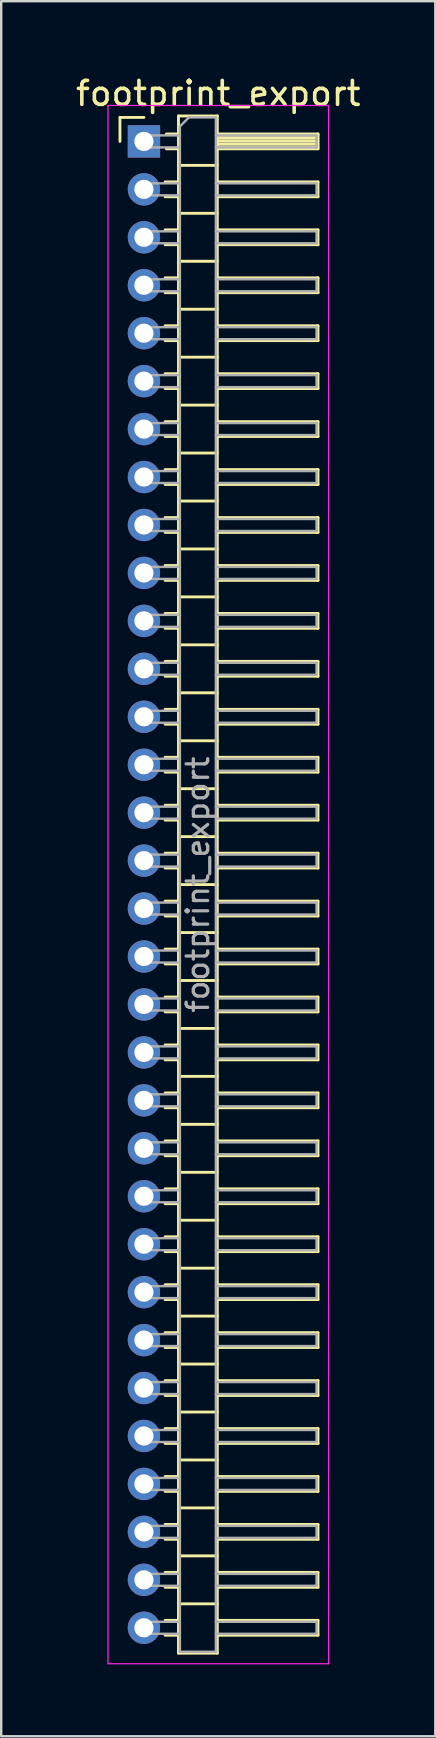
<source format=kicad_pcb>
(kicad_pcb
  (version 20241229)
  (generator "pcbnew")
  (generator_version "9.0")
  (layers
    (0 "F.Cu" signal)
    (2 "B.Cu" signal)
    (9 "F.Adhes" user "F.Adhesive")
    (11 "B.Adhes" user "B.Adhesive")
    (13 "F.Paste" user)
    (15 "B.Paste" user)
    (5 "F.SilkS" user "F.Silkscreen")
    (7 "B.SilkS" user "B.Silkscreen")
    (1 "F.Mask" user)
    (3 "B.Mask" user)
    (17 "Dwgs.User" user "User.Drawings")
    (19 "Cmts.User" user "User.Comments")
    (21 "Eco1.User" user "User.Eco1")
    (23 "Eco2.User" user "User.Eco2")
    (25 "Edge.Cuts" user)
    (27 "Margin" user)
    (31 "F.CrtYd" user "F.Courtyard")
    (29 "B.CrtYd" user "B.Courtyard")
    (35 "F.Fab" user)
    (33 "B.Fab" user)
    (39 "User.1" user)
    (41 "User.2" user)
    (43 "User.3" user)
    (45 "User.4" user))
  (footprint "footprint_export"
    (layer "F.Cu")
    (at 2.954 2.848)
    (property "Reference" "footprint_export" (at 3.1 -2 0) (layer "F.SilkS") (effects (font (size 1 1) (thickness 0.15))))
    (attr through_hole)
    (fp_line (start -1 -1) (end 0 -1) (stroke (width 0.12) (type solid)) (layer "F.SilkS"))
    (fp_line (start -1 0) (end -1 -1) (stroke (width 0.12) (type solid)) (layer "F.SilkS"))
    (fp_line (start 0.882 1.69) (end 1.44 1.69) (stroke (width 0.12) (type solid)) (layer "F.SilkS"))
    (fp_line (start 0.882 2.31) (end 1.44 2.31) (stroke (width 0.12) (type solid)) (layer "F.SilkS"))
    (fp_line (start 0.882 3.69) (end 1.44 3.69) (stroke (width 0.12) (type solid)) (layer "F.SilkS"))
    (fp_line (start 0.882 4.31) (end 1.44 4.31) (stroke (width 0.12) (type solid)) (layer "F.SilkS"))
    (fp_line (start 0.882 5.69) (end 1.44 5.69) (stroke (width 0.12) (type solid)) (layer "F.SilkS"))
    (fp_line (start 0.882 6.31) (end 1.44 6.31) (stroke (width 0.12) (type solid)) (layer "F.SilkS"))
    (fp_line (start 0.882 7.69) (end 1.44 7.69) (stroke (width 0.12) (type solid)) (layer "F.SilkS"))
    (fp_line (start 0.882 8.31) (end 1.44 8.31) (stroke (width 0.12) (type solid)) (layer "F.SilkS"))
    (fp_line (start 0.882 9.69) (end 1.44 9.69) (stroke (width 0.12) (type solid)) (layer "F.SilkS"))
    (fp_line (start 0.882 10.31) (end 1.44 10.31) (stroke (width 0.12) (type solid)) (layer "F.SilkS"))
    (fp_line (start 0.882 11.69) (end 1.44 11.69) (stroke (width 0.12) (type solid)) (layer "F.SilkS"))
    (fp_line (start 0.882 12.31) (end 1.44 12.31) (stroke (width 0.12) (type solid)) (layer "F.SilkS"))
    (fp_line (start 0.882 13.69) (end 1.44 13.69) (stroke (width 0.12) (type solid)) (layer "F.SilkS"))
    (fp_line (start 0.882 14.31) (end 1.44 14.31) (stroke (width 0.12) (type solid)) (layer "F.SilkS"))
    (fp_line (start 0.882 15.69) (end 1.44 15.69) (stroke (width 0.12) (type solid)) (layer "F.SilkS"))
    (fp_line (start 0.882 16.31) (end 1.44 16.31) (stroke (width 0.12) (type solid)) (layer "F.SilkS"))
    (fp_line (start 0.882 17.69) (end 1.44 17.69) (stroke (width 0.12) (type solid)) (layer "F.SilkS"))
    (fp_line (start 0.882 18.31) (end 1.44 18.31) (stroke (width 0.12) (type solid)) (layer "F.SilkS"))
    (fp_line (start 0.882 19.69) (end 1.44 19.69) (stroke (width 0.12) (type solid)) (layer "F.SilkS"))
    (fp_line (start 0.882 20.31) (end 1.44 20.31) (stroke (width 0.12) (type solid)) (layer "F.SilkS"))
    (fp_line (start 0.882 21.69) (end 1.44 21.69) (stroke (width 0.12) (type solid)) (layer "F.SilkS"))
    (fp_line (start 0.882 22.31) (end 1.44 22.31) (stroke (width 0.12) (type solid)) (layer "F.SilkS"))
    (fp_line (start 0.882 23.69) (end 1.44 23.69) (stroke (width 0.12) (type solid)) (layer "F.SilkS"))
    (fp_line (start 0.882 24.31) (end 1.44 24.31) (stroke (width 0.12) (type solid)) (layer "F.SilkS"))
    (fp_line (start 0.882 25.69) (end 1.44 25.69) (stroke (width 0.12) (type solid)) (layer "F.SilkS"))
    (fp_line (start 0.882 26.31) (end 1.44 26.31) (stroke (width 0.12) (type solid)) (layer "F.SilkS"))
    (fp_line (start 0.882 27.69) (end 1.44 27.69) (stroke (width 0.12) (type solid)) (layer "F.SilkS"))
    (fp_line (start 0.882 28.31) (end 1.44 28.31) (stroke (width 0.12) (type solid)) (layer "F.SilkS"))
    (fp_line (start 0.882 29.69) (end 1.44 29.69) (stroke (width 0.12) (type solid)) (layer "F.SilkS"))
    (fp_line (start 0.882 30.31) (end 1.44 30.31) (stroke (width 0.12) (type solid)) (layer "F.SilkS"))
    (fp_line (start 0.882 31.69) (end 1.44 31.69) (stroke (width 0.12) (type solid)) (layer "F.SilkS"))
    (fp_line (start 0.882 32.31) (end 1.44 32.31) (stroke (width 0.12) (type solid)) (layer "F.SilkS"))
    (fp_line (start 0.882 33.69) (end 1.44 33.69) (stroke (width 0.12) (type solid)) (layer "F.SilkS"))
    (fp_line (start 0.882 34.31) (end 1.44 34.31) (stroke (width 0.12) (type solid)) (layer "F.SilkS"))
    (fp_line (start 0.882 35.69) (end 1.44 35.69) (stroke (width 0.12) (type solid)) (layer "F.SilkS"))
    (fp_line (start 0.882 36.31) (end 1.44 36.31) (stroke (width 0.12) (type solid)) (layer "F.SilkS"))
    (fp_line (start 0.882 37.69) (end 1.44 37.69) (stroke (width 0.12) (type solid)) (layer "F.SilkS"))
    (fp_line (start 0.882 38.31) (end 1.44 38.31) (stroke (width 0.12) (type solid)) (layer "F.SilkS"))
    (fp_line (start 0.882 39.69) (end 1.44 39.69) (stroke (width 0.12) (type solid)) (layer "F.SilkS"))
    (fp_line (start 0.882 40.31) (end 1.44 40.31) (stroke (width 0.12) (type solid)) (layer "F.SilkS"))
    (fp_line (start 0.882 41.69) (end 1.44 41.69) (stroke (width 0.12) (type solid)) (layer "F.SilkS"))
    (fp_line (start 0.882 42.31) (end 1.44 42.31) (stroke (width 0.12) (type solid)) (layer "F.SilkS"))
    (fp_line (start 0.882 43.69) (end 1.44 43.69) (stroke (width 0.12) (type solid)) (layer "F.SilkS"))
    (fp_line (start 0.882 44.31) (end 1.44 44.31) (stroke (width 0.12) (type solid)) (layer "F.SilkS"))
    (fp_line (start 0.882 45.69) (end 1.44 45.69) (stroke (width 0.12) (type solid)) (layer "F.SilkS"))
    (fp_line (start 0.882 46.31) (end 1.44 46.31) (stroke (width 0.12) (type solid)) (layer "F.SilkS"))
    (fp_line (start 0.882 47.69) (end 1.44 47.69) (stroke (width 0.12) (type solid)) (layer "F.SilkS"))
    (fp_line (start 0.882 48.31) (end 1.44 48.31) (stroke (width 0.12) (type solid)) (layer "F.SilkS"))
    (fp_line (start 0.882 49.69) (end 1.44 49.69) (stroke (width 0.12) (type solid)) (layer "F.SilkS"))
    (fp_line (start 0.882 50.31) (end 1.44 50.31) (stroke (width 0.12) (type solid)) (layer "F.SilkS"))
    (fp_line (start 0.882 51.69) (end 1.44 51.69) (stroke (width 0.12) (type solid)) (layer "F.SilkS"))
    (fp_line (start 0.882 52.31) (end 1.44 52.31) (stroke (width 0.12) (type solid)) (layer "F.SilkS"))
    (fp_line (start 0.882 53.69) (end 1.44 53.69) (stroke (width 0.12) (type solid)) (layer "F.SilkS"))
    (fp_line (start 0.882 54.31) (end 1.44 54.31) (stroke (width 0.12) (type solid)) (layer "F.SilkS"))
    (fp_line (start 0.882 55.69) (end 1.44 55.69) (stroke (width 0.12) (type solid)) (layer "F.SilkS"))
    (fp_line (start 0.882 56.31) (end 1.44 56.31) (stroke (width 0.12) (type solid)) (layer "F.SilkS"))
    (fp_line (start 0.882 57.69) (end 1.44 57.69) (stroke (width 0.12) (type solid)) (layer "F.SilkS"))
    (fp_line (start 0.882 58.31) (end 1.44 58.31) (stroke (width 0.12) (type solid)) (layer "F.SilkS"))
    (fp_line (start 0.882 59.69) (end 1.44 59.69) (stroke (width 0.12) (type solid)) (layer "F.SilkS"))
    (fp_line (start 0.882 60.31) (end 1.44 60.31) (stroke (width 0.12) (type solid)) (layer "F.SilkS"))
    (fp_line (start 0.882 61.69) (end 1.44 61.69) (stroke (width 0.12) (type solid)) (layer "F.SilkS"))
    (fp_line (start 0.882 62.31) (end 1.44 62.31) (stroke (width 0.12) (type solid)) (layer "F.SilkS"))
    (fp_line (start 0.935 -0.31) (end 1.44 -0.31) (stroke (width 0.12) (type solid)) (layer "F.SilkS"))
    (fp_line (start 0.935 0.31) (end 1.44 0.31) (stroke (width 0.12) (type solid)) (layer "F.SilkS"))
    (fp_line (start 1.44 -1.06) (end 1.44 63.06) (stroke (width 0.12) (type solid)) (layer "F.SilkS"))
    (fp_line (start 1.44 1) (end 3.06 1) (stroke (width 0.12) (type solid)) (layer "F.SilkS"))
    (fp_line (start 1.44 3) (end 3.06 3) (stroke (width 0.12) (type solid)) (layer "F.SilkS"))
    (fp_line (start 1.44 5) (end 3.06 5) (stroke (width 0.12) (type solid)) (layer "F.SilkS"))
    (fp_line (start 1.44 7) (end 3.06 7) (stroke (width 0.12) (type solid)) (layer "F.SilkS"))
    (fp_line (start 1.44 9) (end 3.06 9) (stroke (width 0.12) (type solid)) (layer "F.SilkS"))
    (fp_line (start 1.44 11) (end 3.06 11) (stroke (width 0.12) (type solid)) (layer "F.SilkS"))
    (fp_line (start 1.44 13) (end 3.06 13) (stroke (width 0.12) (type solid)) (layer "F.SilkS"))
    (fp_line (start 1.44 15) (end 3.06 15) (stroke (width 0.12) (type solid)) (layer "F.SilkS"))
    (fp_line (start 1.44 17) (end 3.06 17) (stroke (width 0.12) (type solid)) (layer "F.SilkS"))
    (fp_line (start 1.44 19) (end 3.06 19) (stroke (width 0.12) (type solid)) (layer "F.SilkS"))
    (fp_line (start 1.44 21) (end 3.06 21) (stroke (width 0.12) (type solid)) (layer "F.SilkS"))
    (fp_line (start 1.44 23) (end 3.06 23) (stroke (width 0.12) (type solid)) (layer "F.SilkS"))
    (fp_line (start 1.44 25) (end 3.06 25) (stroke (width 0.12) (type solid)) (layer "F.SilkS"))
    (fp_line (start 1.44 27) (end 3.06 27) (stroke (width 0.12) (type solid)) (layer "F.SilkS"))
    (fp_line (start 1.44 29) (end 3.06 29) (stroke (width 0.12) (type solid)) (layer "F.SilkS"))
    (fp_line (start 1.44 31) (end 3.06 31) (stroke (width 0.12) (type solid)) (layer "F.SilkS"))
    (fp_line (start 1.44 33) (end 3.06 33) (stroke (width 0.12) (type solid)) (layer "F.SilkS"))
    (fp_line (start 1.44 35) (end 3.06 35) (stroke (width 0.12) (type solid)) (layer "F.SilkS"))
    (fp_line (start 1.44 37) (end 3.06 37) (stroke (width 0.12) (type solid)) (layer "F.SilkS"))
    (fp_line (start 1.44 39) (end 3.06 39) (stroke (width 0.12) (type solid)) (layer "F.SilkS"))
    (fp_line (start 1.44 41) (end 3.06 41) (stroke (width 0.12) (type solid)) (layer "F.SilkS"))
    (fp_line (start 1.44 43) (end 3.06 43) (stroke (width 0.12) (type solid)) (layer "F.SilkS"))
    (fp_line (start 1.44 45) (end 3.06 45) (stroke (width 0.12) (type solid)) (layer "F.SilkS"))
    (fp_line (start 1.44 47) (end 3.06 47) (stroke (width 0.12) (type solid)) (layer "F.SilkS"))
    (fp_line (start 1.44 49) (end 3.06 49) (stroke (width 0.12) (type solid)) (layer "F.SilkS"))
    (fp_line (start 1.44 51) (end 3.06 51) (stroke (width 0.12) (type solid)) (layer "F.SilkS"))
    (fp_line (start 1.44 53) (end 3.06 53) (stroke (width 0.12) (type solid)) (layer "F.SilkS"))
    (fp_line (start 1.44 55) (end 3.06 55) (stroke (width 0.12) (type solid)) (layer "F.SilkS"))
    (fp_line (start 1.44 57) (end 3.06 57) (stroke (width 0.12) (type solid)) (layer "F.SilkS"))
    (fp_line (start 1.44 59) (end 3.06 59) (stroke (width 0.12) (type solid)) (layer "F.SilkS"))
    (fp_line (start 1.44 61) (end 3.06 61) (stroke (width 0.12) (type solid)) (layer "F.SilkS"))
    (fp_line (start 1.44 63.06) (end 3.06 63.06) (stroke (width 0.12) (type solid)) (layer "F.SilkS"))
    (fp_line (start 3.06 -1.06) (end 1.44 -1.06) (stroke (width 0.12) (type solid)) (layer "F.SilkS"))
    (fp_line (start 3.06 -0.31) (end 7.26 -0.31) (stroke (width 0.12) (type solid)) (layer "F.SilkS"))
    (fp_line (start 3.06 -0.25) (end 7.26 -0.25) (stroke (width 0.12) (type solid)) (layer "F.SilkS"))
    (fp_line (start 3.06 -0.13) (end 7.26 -0.13) (stroke (width 0.12) (type solid)) (layer "F.SilkS"))
    (fp_line (start 3.06 -0.01) (end 7.26 -0.01) (stroke (width 0.12) (type solid)) (layer "F.SilkS"))
    (fp_line (start 3.06 0.11) (end 7.26 0.11) (stroke (width 0.12) (type solid)) (layer "F.SilkS"))
    (fp_line (start 3.06 0.23) (end 7.26 0.23) (stroke (width 0.12) (type solid)) (layer "F.SilkS"))
    (fp_line (start 3.06 1.69) (end 7.26 1.69) (stroke (width 0.12) (type solid)) (layer "F.SilkS"))
    (fp_line (start 3.06 3.69) (end 7.26 3.69) (stroke (width 0.12) (type solid)) (layer "F.SilkS"))
    (fp_line (start 3.06 5.69) (end 7.26 5.69) (stroke (width 0.12) (type solid)) (layer "F.SilkS"))
    (fp_line (start 3.06 7.69) (end 7.26 7.69) (stroke (width 0.12) (type solid)) (layer "F.SilkS"))
    (fp_line (start 3.06 9.69) (end 7.26 9.69) (stroke (width 0.12) (type solid)) (layer "F.SilkS"))
    (fp_line (start 3.06 11.69) (end 7.26 11.69) (stroke (width 0.12) (type solid)) (layer "F.SilkS"))
    (fp_line (start 3.06 13.69) (end 7.26 13.69) (stroke (width 0.12) (type solid)) (layer "F.SilkS"))
    (fp_line (start 3.06 15.69) (end 7.26 15.69) (stroke (width 0.12) (type solid)) (layer "F.SilkS"))
    (fp_line (start 3.06 17.69) (end 7.26 17.69) (stroke (width 0.12) (type solid)) (layer "F.SilkS"))
    (fp_line (start 3.06 19.69) (end 7.26 19.69) (stroke (width 0.12) (type solid)) (layer "F.SilkS"))
    (fp_line (start 3.06 21.69) (end 7.26 21.69) (stroke (width 0.12) (type solid)) (layer "F.SilkS"))
    (fp_line (start 3.06 23.69) (end 7.26 23.69) (stroke (width 0.12) (type solid)) (layer "F.SilkS"))
    (fp_line (start 3.06 25.69) (end 7.26 25.69) (stroke (width 0.12) (type solid)) (layer "F.SilkS"))
    (fp_line (start 3.06 27.69) (end 7.26 27.69) (stroke (width 0.12) (type solid)) (layer "F.SilkS"))
    (fp_line (start 3.06 29.69) (end 7.26 29.69) (stroke (width 0.12) (type solid)) (layer "F.SilkS"))
    (fp_line (start 3.06 31.69) (end 7.26 31.69) (stroke (width 0.12) (type solid)) (layer "F.SilkS"))
    (fp_line (start 3.06 33.69) (end 7.26 33.69) (stroke (width 0.12) (type solid)) (layer "F.SilkS"))
    (fp_line (start 3.06 35.69) (end 7.26 35.69) (stroke (width 0.12) (type solid)) (layer "F.SilkS"))
    (fp_line (start 3.06 37.69) (end 7.26 37.69) (stroke (width 0.12) (type solid)) (layer "F.SilkS"))
    (fp_line (start 3.06 39.69) (end 7.26 39.69) (stroke (width 0.12) (type solid)) (layer "F.SilkS"))
    (fp_line (start 3.06 41.69) (end 7.26 41.69) (stroke (width 0.12) (type solid)) (layer "F.SilkS"))
    (fp_line (start 3.06 43.69) (end 7.26 43.69) (stroke (width 0.12) (type solid)) (layer "F.SilkS"))
    (fp_line (start 3.06 45.69) (end 7.26 45.69) (stroke (width 0.12) (type solid)) (layer "F.SilkS"))
    (fp_line (start 3.06 47.69) (end 7.26 47.69) (stroke (width 0.12) (type solid)) (layer "F.SilkS"))
    (fp_line (start 3.06 49.69) (end 7.26 49.69) (stroke (width 0.12) (type solid)) (layer "F.SilkS"))
    (fp_line (start 3.06 51.69) (end 7.26 51.69) (stroke (width 0.12) (type solid)) (layer "F.SilkS"))
    (fp_line (start 3.06 53.69) (end 7.26 53.69) (stroke (width 0.12) (type solid)) (layer "F.SilkS"))
    (fp_line (start 3.06 55.69) (end 7.26 55.69) (stroke (width 0.12) (type solid)) (layer "F.SilkS"))
    (fp_line (start 3.06 57.69) (end 7.26 57.69) (stroke (width 0.12) (type solid)) (layer "F.SilkS"))
    (fp_line (start 3.06 59.69) (end 7.26 59.69) (stroke (width 0.12) (type solid)) (layer "F.SilkS"))
    (fp_line (start 3.06 61.69) (end 7.26 61.69) (stroke (width 0.12) (type solid)) (layer "F.SilkS"))
    (fp_line (start 3.06 63.06) (end 3.06 -1.06) (stroke (width 0.12) (type solid)) (layer "F.SilkS"))
    (fp_line (start 7.26 -0.31) (end 7.26 0.31) (stroke (width 0.12) (type solid)) (layer "F.SilkS"))
    (fp_line (start 7.26 0.31) (end 3.06 0.31) (stroke (width 0.12) (type solid)) (layer "F.SilkS"))
    (fp_line (start 7.26 1.69) (end 7.26 2.31) (stroke (width 0.12) (type solid)) (layer "F.SilkS"))
    (fp_line (start 7.26 2.31) (end 3.06 2.31) (stroke (width 0.12) (type solid)) (layer "F.SilkS"))
    (fp_line (start 7.26 3.69) (end 7.26 4.31) (stroke (width 0.12) (type solid)) (layer "F.SilkS"))
    (fp_line (start 7.26 4.31) (end 3.06 4.31) (stroke (width 0.12) (type solid)) (layer "F.SilkS"))
    (fp_line (start 7.26 5.69) (end 7.26 6.31) (stroke (width 0.12) (type solid)) (layer "F.SilkS"))
    (fp_line (start 7.26 6.31) (end 3.06 6.31) (stroke (width 0.12) (type solid)) (layer "F.SilkS"))
    (fp_line (start 7.26 7.69) (end 7.26 8.31) (stroke (width 0.12) (type solid)) (layer "F.SilkS"))
    (fp_line (start 7.26 8.31) (end 3.06 8.31) (stroke (width 0.12) (type solid)) (layer "F.SilkS"))
    (fp_line (start 7.26 9.69) (end 7.26 10.31) (stroke (width 0.12) (type solid)) (layer "F.SilkS"))
    (fp_line (start 7.26 10.31) (end 3.06 10.31) (stroke (width 0.12) (type solid)) (layer "F.SilkS"))
    (fp_line (start 7.26 11.69) (end 7.26 12.31) (stroke (width 0.12) (type solid)) (layer "F.SilkS"))
    (fp_line (start 7.26 12.31) (end 3.06 12.31) (stroke (width 0.12) (type solid)) (layer "F.SilkS"))
    (fp_line (start 7.26 13.69) (end 7.26 14.31) (stroke (width 0.12) (type solid)) (layer "F.SilkS"))
    (fp_line (start 7.26 14.31) (end 3.06 14.31) (stroke (width 0.12) (type solid)) (layer "F.SilkS"))
    (fp_line (start 7.26 15.69) (end 7.26 16.31) (stroke (width 0.12) (type solid)) (layer "F.SilkS"))
    (fp_line (start 7.26 16.31) (end 3.06 16.31) (stroke (width 0.12) (type solid)) (layer "F.SilkS"))
    (fp_line (start 7.26 17.69) (end 7.26 18.31) (stroke (width 0.12) (type solid)) (layer "F.SilkS"))
    (fp_line (start 7.26 18.31) (end 3.06 18.31) (stroke (width 0.12) (type solid)) (layer "F.SilkS"))
    (fp_line (start 7.26 19.69) (end 7.26 20.31) (stroke (width 0.12) (type solid)) (layer "F.SilkS"))
    (fp_line (start 7.26 20.31) (end 3.06 20.31) (stroke (width 0.12) (type solid)) (layer "F.SilkS"))
    (fp_line (start 7.26 21.69) (end 7.26 22.31) (stroke (width 0.12) (type solid)) (layer "F.SilkS"))
    (fp_line (start 7.26 22.31) (end 3.06 22.31) (stroke (width 0.12) (type solid)) (layer "F.SilkS"))
    (fp_line (start 7.26 23.69) (end 7.26 24.31) (stroke (width 0.12) (type solid)) (layer "F.SilkS"))
    (fp_line (start 7.26 24.31) (end 3.06 24.31) (stroke (width 0.12) (type solid)) (layer "F.SilkS"))
    (fp_line (start 7.26 25.69) (end 7.26 26.31) (stroke (width 0.12) (type solid)) (layer "F.SilkS"))
    (fp_line (start 7.26 26.31) (end 3.06 26.31) (stroke (width 0.12) (type solid)) (layer "F.SilkS"))
    (fp_line (start 7.26 27.69) (end 7.26 28.31) (stroke (width 0.12) (type solid)) (layer "F.SilkS"))
    (fp_line (start 7.26 28.31) (end 3.06 28.31) (stroke (width 0.12) (type solid)) (layer "F.SilkS"))
    (fp_line (start 7.26 29.69) (end 7.26 30.31) (stroke (width 0.12) (type solid)) (layer "F.SilkS"))
    (fp_line (start 7.26 30.31) (end 3.06 30.31) (stroke (width 0.12) (type solid)) (layer "F.SilkS"))
    (fp_line (start 7.26 31.69) (end 7.26 32.31) (stroke (width 0.12) (type solid)) (layer "F.SilkS"))
    (fp_line (start 7.26 32.31) (end 3.06 32.31) (stroke (width 0.12) (type solid)) (layer "F.SilkS"))
    (fp_line (start 7.26 33.69) (end 7.26 34.31) (stroke (width 0.12) (type solid)) (layer "F.SilkS"))
    (fp_line (start 7.26 34.31) (end 3.06 34.31) (stroke (width 0.12) (type solid)) (layer "F.SilkS"))
    (fp_line (start 7.26 35.69) (end 7.26 36.31) (stroke (width 0.12) (type solid)) (layer "F.SilkS"))
    (fp_line (start 7.26 36.31) (end 3.06 36.31) (stroke (width 0.12) (type solid)) (layer "F.SilkS"))
    (fp_line (start 7.26 37.69) (end 7.26 38.31) (stroke (width 0.12) (type solid)) (layer "F.SilkS"))
    (fp_line (start 7.26 38.31) (end 3.06 38.31) (stroke (width 0.12) (type solid)) (layer "F.SilkS"))
    (fp_line (start 7.26 39.69) (end 7.26 40.31) (stroke (width 0.12) (type solid)) (layer "F.SilkS"))
    (fp_line (start 7.26 40.31) (end 3.06 40.31) (stroke (width 0.12) (type solid)) (layer "F.SilkS"))
    (fp_line (start 7.26 41.69) (end 7.26 42.31) (stroke (width 0.12) (type solid)) (layer "F.SilkS"))
    (fp_line (start 7.26 42.31) (end 3.06 42.31) (stroke (width 0.12) (type solid)) (layer "F.SilkS"))
    (fp_line (start 7.26 43.69) (end 7.26 44.31) (stroke (width 0.12) (type solid)) (layer "F.SilkS"))
    (fp_line (start 7.26 44.31) (end 3.06 44.31) (stroke (width 0.12) (type solid)) (layer "F.SilkS"))
    (fp_line (start 7.26 45.69) (end 7.26 46.31) (stroke (width 0.12) (type solid)) (layer "F.SilkS"))
    (fp_line (start 7.26 46.31) (end 3.06 46.31) (stroke (width 0.12) (type solid)) (layer "F.SilkS"))
    (fp_line (start 7.26 47.69) (end 7.26 48.31) (stroke (width 0.12) (type solid)) (layer "F.SilkS"))
    (fp_line (start 7.26 48.31) (end 3.06 48.31) (stroke (width 0.12) (type solid)) (layer "F.SilkS"))
    (fp_line (start 7.26 49.69) (end 7.26 50.31) (stroke (width 0.12) (type solid)) (layer "F.SilkS"))
    (fp_line (start 7.26 50.31) (end 3.06 50.31) (stroke (width 0.12) (type solid)) (layer "F.SilkS"))
    (fp_line (start 7.26 51.69) (end 7.26 52.31) (stroke (width 0.12) (type solid)) (layer "F.SilkS"))
    (fp_line (start 7.26 52.31) (end 3.06 52.31) (stroke (width 0.12) (type solid)) (layer "F.SilkS"))
    (fp_line (start 7.26 53.69) (end 7.26 54.31) (stroke (width 0.12) (type solid)) (layer "F.SilkS"))
    (fp_line (start 7.26 54.31) (end 3.06 54.31) (stroke (width 0.12) (type solid)) (layer "F.SilkS"))
    (fp_line (start 7.26 55.69) (end 7.26 56.31) (stroke (width 0.12) (type solid)) (layer "F.SilkS"))
    (fp_line (start 7.26 56.31) (end 3.06 56.31) (stroke (width 0.12) (type solid)) (layer "F.SilkS"))
    (fp_line (start 7.26 57.69) (end 7.26 58.31) (stroke (width 0.12) (type solid)) (layer "F.SilkS"))
    (fp_line (start 7.26 58.31) (end 3.06 58.31) (stroke (width 0.12) (type solid)) (layer "F.SilkS"))
    (fp_line (start 7.26 59.69) (end 7.26 60.31) (stroke (width 0.12) (type solid)) (layer "F.SilkS"))
    (fp_line (start 7.26 60.31) (end 3.06 60.31) (stroke (width 0.12) (type solid)) (layer "F.SilkS"))
    (fp_line (start 7.26 61.69) (end 7.26 62.31) (stroke (width 0.12) (type solid)) (layer "F.SilkS"))
    (fp_line (start 7.26 62.31) (end 3.06 62.31) (stroke (width 0.12) (type solid)) (layer "F.SilkS"))
    (fp_line (start -1.5 -1.5) (end -1.5 63.5) (stroke (width 0.05) (type solid)) (layer "F.CrtYd"))
    (fp_line (start -1.5 63.5) (end 7.7 63.5) (stroke (width 0.05) (type solid)) (layer "F.CrtYd"))
    (fp_line (start 7.7 -1.5) (end -1.5 -1.5) (stroke (width 0.05) (type solid)) (layer "F.CrtYd"))
    (fp_line (start 7.7 63.5) (end 7.7 -1.5) (stroke (width 0.05) (type solid)) (layer "F.CrtYd"))
    (fp_line (start -0.25 -0.25) (end -0.25 0.25) (stroke (width 0.1) (type solid)) (layer "F.Fab"))
    (fp_line (start -0.25 -0.25) (end 1.5 -0.25) (stroke (width 0.1) (type solid)) (layer "F.Fab"))
    (fp_line (start -0.25 0.25) (end 1.5 0.25) (stroke (width 0.1) (type solid)) (layer "F.Fab"))
    (fp_line (start -0.25 1.75) (end -0.25 2.25) (stroke (width 0.1) (type solid)) (layer "F.Fab"))
    (fp_line (start -0.25 1.75) (end 1.5 1.75) (stroke (width 0.1) (type solid)) (layer "F.Fab"))
    (fp_line (start -0.25 2.25) (end 1.5 2.25) (stroke (width 0.1) (type solid)) (layer "F.Fab"))
    (fp_line (start -0.25 3.75) (end -0.25 4.25) (stroke (width 0.1) (type solid)) (layer "F.Fab"))
    (fp_line (start -0.25 3.75) (end 1.5 3.75) (stroke (width 0.1) (type solid)) (layer "F.Fab"))
    (fp_line (start -0.25 4.25) (end 1.5 4.25) (stroke (width 0.1) (type solid)) (layer "F.Fab"))
    (fp_line (start -0.25 5.75) (end -0.25 6.25) (stroke (width 0.1) (type solid)) (layer "F.Fab"))
    (fp_line (start -0.25 5.75) (end 1.5 5.75) (stroke (width 0.1) (type solid)) (layer "F.Fab"))
    (fp_line (start -0.25 6.25) (end 1.5 6.25) (stroke (width 0.1) (type solid)) (layer "F.Fab"))
    (fp_line (start -0.25 7.75) (end -0.25 8.25) (stroke (width 0.1) (type solid)) (layer "F.Fab"))
    (fp_line (start -0.25 7.75) (end 1.5 7.75) (stroke (width 0.1) (type solid)) (layer "F.Fab"))
    (fp_line (start -0.25 8.25) (end 1.5 8.25) (stroke (width 0.1) (type solid)) (layer "F.Fab"))
    (fp_line (start -0.25 9.75) (end -0.25 10.25) (stroke (width 0.1) (type solid)) (layer "F.Fab"))
    (fp_line (start -0.25 9.75) (end 1.5 9.75) (stroke (width 0.1) (type solid)) (layer "F.Fab"))
    (fp_line (start -0.25 10.25) (end 1.5 10.25) (stroke (width 0.1) (type solid)) (layer "F.Fab"))
    (fp_line (start -0.25 11.75) (end -0.25 12.25) (stroke (width 0.1) (type solid)) (layer "F.Fab"))
    (fp_line (start -0.25 11.75) (end 1.5 11.75) (stroke (width 0.1) (type solid)) (layer "F.Fab"))
    (fp_line (start -0.25 12.25) (end 1.5 12.25) (stroke (width 0.1) (type solid)) (layer "F.Fab"))
    (fp_line (start -0.25 13.75) (end -0.25 14.25) (stroke (width 0.1) (type solid)) (layer "F.Fab"))
    (fp_line (start -0.25 13.75) (end 1.5 13.75) (stroke (width 0.1) (type solid)) (layer "F.Fab"))
    (fp_line (start -0.25 14.25) (end 1.5 14.25) (stroke (width 0.1) (type solid)) (layer "F.Fab"))
    (fp_line (start -0.25 15.75) (end -0.25 16.25) (stroke (width 0.1) (type solid)) (layer "F.Fab"))
    (fp_line (start -0.25 15.75) (end 1.5 15.75) (stroke (width 0.1) (type solid)) (layer "F.Fab"))
    (fp_line (start -0.25 16.25) (end 1.5 16.25) (stroke (width 0.1) (type solid)) (layer "F.Fab"))
    (fp_line (start -0.25 17.75) (end -0.25 18.25) (stroke (width 0.1) (type solid)) (layer "F.Fab"))
    (fp_line (start -0.25 17.75) (end 1.5 17.75) (stroke (width 0.1) (type solid)) (layer "F.Fab"))
    (fp_line (start -0.25 18.25) (end 1.5 18.25) (stroke (width 0.1) (type solid)) (layer "F.Fab"))
    (fp_line (start -0.25 19.75) (end -0.25 20.25) (stroke (width 0.1) (type solid)) (layer "F.Fab"))
    (fp_line (start -0.25 19.75) (end 1.5 19.75) (stroke (width 0.1) (type solid)) (layer "F.Fab"))
    (fp_line (start -0.25 20.25) (end 1.5 20.25) (stroke (width 0.1) (type solid)) (layer "F.Fab"))
    (fp_line (start -0.25 21.75) (end -0.25 22.25) (stroke (width 0.1) (type solid)) (layer "F.Fab"))
    (fp_line (start -0.25 21.75) (end 1.5 21.75) (stroke (width 0.1) (type solid)) (layer "F.Fab"))
    (fp_line (start -0.25 22.25) (end 1.5 22.25) (stroke (width 0.1) (type solid)) (layer "F.Fab"))
    (fp_line (start -0.25 23.75) (end -0.25 24.25) (stroke (width 0.1) (type solid)) (layer "F.Fab"))
    (fp_line (start -0.25 23.75) (end 1.5 23.75) (stroke (width 0.1) (type solid)) (layer "F.Fab"))
    (fp_line (start -0.25 24.25) (end 1.5 24.25) (stroke (width 0.1) (type solid)) (layer "F.Fab"))
    (fp_line (start -0.25 25.75) (end -0.25 26.25) (stroke (width 0.1) (type solid)) (layer "F.Fab"))
    (fp_line (start -0.25 25.75) (end 1.5 25.75) (stroke (width 0.1) (type solid)) (layer "F.Fab"))
    (fp_line (start -0.25 26.25) (end 1.5 26.25) (stroke (width 0.1) (type solid)) (layer "F.Fab"))
    (fp_line (start -0.25 27.75) (end -0.25 28.25) (stroke (width 0.1) (type solid)) (layer "F.Fab"))
    (fp_line (start -0.25 27.75) (end 1.5 27.75) (stroke (width 0.1) (type solid)) (layer "F.Fab"))
    (fp_line (start -0.25 28.25) (end 1.5 28.25) (stroke (width 0.1) (type solid)) (layer "F.Fab"))
    (fp_line (start -0.25 29.75) (end -0.25 30.25) (stroke (width 0.1) (type solid)) (layer "F.Fab"))
    (fp_line (start -0.25 29.75) (end 1.5 29.75) (stroke (width 0.1) (type solid)) (layer "F.Fab"))
    (fp_line (start -0.25 30.25) (end 1.5 30.25) (stroke (width 0.1) (type solid)) (layer "F.Fab"))
    (fp_line (start -0.25 31.75) (end -0.25 32.25) (stroke (width 0.1) (type solid)) (layer "F.Fab"))
    (fp_line (start -0.25 31.75) (end 1.5 31.75) (stroke (width 0.1) (type solid)) (layer "F.Fab"))
    (fp_line (start -0.25 32.25) (end 1.5 32.25) (stroke (width 0.1) (type solid)) (layer "F.Fab"))
    (fp_line (start -0.25 33.75) (end -0.25 34.25) (stroke (width 0.1) (type solid)) (layer "F.Fab"))
    (fp_line (start -0.25 33.75) (end 1.5 33.75) (stroke (width 0.1) (type solid)) (layer "F.Fab"))
    (fp_line (start -0.25 34.25) (end 1.5 34.25) (stroke (width 0.1) (type solid)) (layer "F.Fab"))
    (fp_line (start -0.25 35.75) (end -0.25 36.25) (stroke (width 0.1) (type solid)) (layer "F.Fab"))
    (fp_line (start -0.25 35.75) (end 1.5 35.75) (stroke (width 0.1) (type solid)) (layer "F.Fab"))
    (fp_line (start -0.25 36.25) (end 1.5 36.25) (stroke (width 0.1) (type solid)) (layer "F.Fab"))
    (fp_line (start -0.25 37.75) (end -0.25 38.25) (stroke (width 0.1) (type solid)) (layer "F.Fab"))
    (fp_line (start -0.25 37.75) (end 1.5 37.75) (stroke (width 0.1) (type solid)) (layer "F.Fab"))
    (fp_line (start -0.25 38.25) (end 1.5 38.25) (stroke (width 0.1) (type solid)) (layer "F.Fab"))
    (fp_line (start -0.25 39.75) (end -0.25 40.25) (stroke (width 0.1) (type solid)) (layer "F.Fab"))
    (fp_line (start -0.25 39.75) (end 1.5 39.75) (stroke (width 0.1) (type solid)) (layer "F.Fab"))
    (fp_line (start -0.25 40.25) (end 1.5 40.25) (stroke (width 0.1) (type solid)) (layer "F.Fab"))
    (fp_line (start -0.25 41.75) (end -0.25 42.25) (stroke (width 0.1) (type solid)) (layer "F.Fab"))
    (fp_line (start -0.25 41.75) (end 1.5 41.75) (stroke (width 0.1) (type solid)) (layer "F.Fab"))
    (fp_line (start -0.25 42.25) (end 1.5 42.25) (stroke (width 0.1) (type solid)) (layer "F.Fab"))
    (fp_line (start -0.25 43.75) (end -0.25 44.25) (stroke (width 0.1) (type solid)) (layer "F.Fab"))
    (fp_line (start -0.25 43.75) (end 1.5 43.75) (stroke (width 0.1) (type solid)) (layer "F.Fab"))
    (fp_line (start -0.25 44.25) (end 1.5 44.25) (stroke (width 0.1) (type solid)) (layer "F.Fab"))
    (fp_line (start -0.25 45.75) (end -0.25 46.25) (stroke (width 0.1) (type solid)) (layer "F.Fab"))
    (fp_line (start -0.25 45.75) (end 1.5 45.75) (stroke (width 0.1) (type solid)) (layer "F.Fab"))
    (fp_line (start -0.25 46.25) (end 1.5 46.25) (stroke (width 0.1) (type solid)) (layer "F.Fab"))
    (fp_line (start -0.25 47.75) (end -0.25 48.25) (stroke (width 0.1) (type solid)) (layer "F.Fab"))
    (fp_line (start -0.25 47.75) (end 1.5 47.75) (stroke (width 0.1) (type solid)) (layer "F.Fab"))
    (fp_line (start -0.25 48.25) (end 1.5 48.25) (stroke (width 0.1) (type solid)) (layer "F.Fab"))
    (fp_line (start -0.25 49.75) (end -0.25 50.25) (stroke (width 0.1) (type solid)) (layer "F.Fab"))
    (fp_line (start -0.25 49.75) (end 1.5 49.75) (stroke (width 0.1) (type solid)) (layer "F.Fab"))
    (fp_line (start -0.25 50.25) (end 1.5 50.25) (stroke (width 0.1) (type solid)) (layer "F.Fab"))
    (fp_line (start -0.25 51.75) (end -0.25 52.25) (stroke (width 0.1) (type solid)) (layer "F.Fab"))
    (fp_line (start -0.25 51.75) (end 1.5 51.75) (stroke (width 0.1) (type solid)) (layer "F.Fab"))
    (fp_line (start -0.25 52.25) (end 1.5 52.25) (stroke (width 0.1) (type solid)) (layer "F.Fab"))
    (fp_line (start -0.25 53.75) (end -0.25 54.25) (stroke (width 0.1) (type solid)) (layer "F.Fab"))
    (fp_line (start -0.25 53.75) (end 1.5 53.75) (stroke (width 0.1) (type solid)) (layer "F.Fab"))
    (fp_line (start -0.25 54.25) (end 1.5 54.25) (stroke (width 0.1) (type solid)) (layer "F.Fab"))
    (fp_line (start -0.25 55.75) (end -0.25 56.25) (stroke (width 0.1) (type solid)) (layer "F.Fab"))
    (fp_line (start -0.25 55.75) (end 1.5 55.75) (stroke (width 0.1) (type solid)) (layer "F.Fab"))
    (fp_line (start -0.25 56.25) (end 1.5 56.25) (stroke (width 0.1) (type solid)) (layer "F.Fab"))
    (fp_line (start -0.25 57.75) (end -0.25 58.25) (stroke (width 0.1) (type solid)) (layer "F.Fab"))
    (fp_line (start -0.25 57.75) (end 1.5 57.75) (stroke (width 0.1) (type solid)) (layer "F.Fab"))
    (fp_line (start -0.25 58.25) (end 1.5 58.25) (stroke (width 0.1) (type solid)) (layer "F.Fab"))
    (fp_line (start -0.25 59.75) (end -0.25 60.25) (stroke (width 0.1) (type solid)) (layer "F.Fab"))
    (fp_line (start -0.25 59.75) (end 1.5 59.75) (stroke (width 0.1) (type solid)) (layer "F.Fab"))
    (fp_line (start -0.25 60.25) (end 1.5 60.25) (stroke (width 0.1) (type solid)) (layer "F.Fab"))
    (fp_line (start -0.25 61.75) (end -0.25 62.25) (stroke (width 0.1) (type solid)) (layer "F.Fab"))
    (fp_line (start -0.25 61.75) (end 1.5 61.75) (stroke (width 0.1) (type solid)) (layer "F.Fab"))
    (fp_line (start -0.25 62.25) (end 1.5 62.25) (stroke (width 0.1) (type solid)) (layer "F.Fab"))
    (fp_line (start 1.5 -0.625) (end 1.875 -1) (stroke (width 0.1) (type solid)) (layer "F.Fab"))
    (fp_line (start 1.5 63) (end 1.5 -0.625) (stroke (width 0.1) (type solid)) (layer "F.Fab"))
    (fp_line (start 1.875 -1) (end 3 -1) (stroke (width 0.1) (type solid)) (layer "F.Fab"))
    (fp_line (start 3 -1) (end 3 63) (stroke (width 0.1) (type solid)) (layer "F.Fab"))
    (fp_line (start 3 -0.25) (end 7.2 -0.25) (stroke (width 0.1) (type solid)) (layer "F.Fab"))
    (fp_line (start 3 0.25) (end 7.2 0.25) (stroke (width 0.1) (type solid)) (layer "F.Fab"))
    (fp_line (start 3 1.75) (end 7.2 1.75) (stroke (width 0.1) (type solid)) (layer "F.Fab"))
    (fp_line (start 3 2.25) (end 7.2 2.25) (stroke (width 0.1) (type solid)) (layer "F.Fab"))
    (fp_line (start 3 3.75) (end 7.2 3.75) (stroke (width 0.1) (type solid)) (layer "F.Fab"))
    (fp_line (start 3 4.25) (end 7.2 4.25) (stroke (width 0.1) (type solid)) (layer "F.Fab"))
    (fp_line (start 3 5.75) (end 7.2 5.75) (stroke (width 0.1) (type solid)) (layer "F.Fab"))
    (fp_line (start 3 6.25) (end 7.2 6.25) (stroke (width 0.1) (type solid)) (layer "F.Fab"))
    (fp_line (start 3 7.75) (end 7.2 7.75) (stroke (width 0.1) (type solid)) (layer "F.Fab"))
    (fp_line (start 3 8.25) (end 7.2 8.25) (stroke (width 0.1) (type solid)) (layer "F.Fab"))
    (fp_line (start 3 9.75) (end 7.2 9.75) (stroke (width 0.1) (type solid)) (layer "F.Fab"))
    (fp_line (start 3 10.25) (end 7.2 10.25) (stroke (width 0.1) (type solid)) (layer "F.Fab"))
    (fp_line (start 3 11.75) (end 7.2 11.75) (stroke (width 0.1) (type solid)) (layer "F.Fab"))
    (fp_line (start 3 12.25) (end 7.2 12.25) (stroke (width 0.1) (type solid)) (layer "F.Fab"))
    (fp_line (start 3 13.75) (end 7.2 13.75) (stroke (width 0.1) (type solid)) (layer "F.Fab"))
    (fp_line (start 3 14.25) (end 7.2 14.25) (stroke (width 0.1) (type solid)) (layer "F.Fab"))
    (fp_line (start 3 15.75) (end 7.2 15.75) (stroke (width 0.1) (type solid)) (layer "F.Fab"))
    (fp_line (start 3 16.25) (end 7.2 16.25) (stroke (width 0.1) (type solid)) (layer "F.Fab"))
    (fp_line (start 3 17.75) (end 7.2 17.75) (stroke (width 0.1) (type solid)) (layer "F.Fab"))
    (fp_line (start 3 18.25) (end 7.2 18.25) (stroke (width 0.1) (type solid)) (layer "F.Fab"))
    (fp_line (start 3 19.75) (end 7.2 19.75) (stroke (width 0.1) (type solid)) (layer "F.Fab"))
    (fp_line (start 3 20.25) (end 7.2 20.25) (stroke (width 0.1) (type solid)) (layer "F.Fab"))
    (fp_line (start 3 21.75) (end 7.2 21.75) (stroke (width 0.1) (type solid)) (layer "F.Fab"))
    (fp_line (start 3 22.25) (end 7.2 22.25) (stroke (width 0.1) (type solid)) (layer "F.Fab"))
    (fp_line (start 3 23.75) (end 7.2 23.75) (stroke (width 0.1) (type solid)) (layer "F.Fab"))
    (fp_line (start 3 24.25) (end 7.2 24.25) (stroke (width 0.1) (type solid)) (layer "F.Fab"))
    (fp_line (start 3 25.75) (end 7.2 25.75) (stroke (width 0.1) (type solid)) (layer "F.Fab"))
    (fp_line (start 3 26.25) (end 7.2 26.25) (stroke (width 0.1) (type solid)) (layer "F.Fab"))
    (fp_line (start 3 27.75) (end 7.2 27.75) (stroke (width 0.1) (type solid)) (layer "F.Fab"))
    (fp_line (start 3 28.25) (end 7.2 28.25) (stroke (width 0.1) (type solid)) (layer "F.Fab"))
    (fp_line (start 3 29.75) (end 7.2 29.75) (stroke (width 0.1) (type solid)) (layer "F.Fab"))
    (fp_line (start 3 30.25) (end 7.2 30.25) (stroke (width 0.1) (type solid)) (layer "F.Fab"))
    (fp_line (start 3 31.75) (end 7.2 31.75) (stroke (width 0.1) (type solid)) (layer "F.Fab"))
    (fp_line (start 3 32.25) (end 7.2 32.25) (stroke (width 0.1) (type solid)) (layer "F.Fab"))
    (fp_line (start 3 33.75) (end 7.2 33.75) (stroke (width 0.1) (type solid)) (layer "F.Fab"))
    (fp_line (start 3 34.25) (end 7.2 34.25) (stroke (width 0.1) (type solid)) (layer "F.Fab"))
    (fp_line (start 3 35.75) (end 7.2 35.75) (stroke (width 0.1) (type solid)) (layer "F.Fab"))
    (fp_line (start 3 36.25) (end 7.2 36.25) (stroke (width 0.1) (type solid)) (layer "F.Fab"))
    (fp_line (start 3 37.75) (end 7.2 37.75) (stroke (width 0.1) (type solid)) (layer "F.Fab"))
    (fp_line (start 3 38.25) (end 7.2 38.25) (stroke (width 0.1) (type solid)) (layer "F.Fab"))
    (fp_line (start 3 39.75) (end 7.2 39.75) (stroke (width 0.1) (type solid)) (layer "F.Fab"))
    (fp_line (start 3 40.25) (end 7.2 40.25) (stroke (width 0.1) (type solid)) (layer "F.Fab"))
    (fp_line (start 3 41.75) (end 7.2 41.75) (stroke (width 0.1) (type solid)) (layer "F.Fab"))
    (fp_line (start 3 42.25) (end 7.2 42.25) (stroke (width 0.1) (type solid)) (layer "F.Fab"))
    (fp_line (start 3 43.75) (end 7.2 43.75) (stroke (width 0.1) (type solid)) (layer "F.Fab"))
    (fp_line (start 3 44.25) (end 7.2 44.25) (stroke (width 0.1) (type solid)) (layer "F.Fab"))
    (fp_line (start 3 45.75) (end 7.2 45.75) (stroke (width 0.1) (type solid)) (layer "F.Fab"))
    (fp_line (start 3 46.25) (end 7.2 46.25) (stroke (width 0.1) (type solid)) (layer "F.Fab"))
    (fp_line (start 3 47.75) (end 7.2 47.75) (stroke (width 0.1) (type solid)) (layer "F.Fab"))
    (fp_line (start 3 48.25) (end 7.2 48.25) (stroke (width 0.1) (type solid)) (layer "F.Fab"))
    (fp_line (start 3 49.75) (end 7.2 49.75) (stroke (width 0.1) (type solid)) (layer "F.Fab"))
    (fp_line (start 3 50.25) (end 7.2 50.25) (stroke (width 0.1) (type solid)) (layer "F.Fab"))
    (fp_line (start 3 51.75) (end 7.2 51.75) (stroke (width 0.1) (type solid)) (layer "F.Fab"))
    (fp_line (start 3 52.25) (end 7.2 52.25) (stroke (width 0.1) (type solid)) (layer "F.Fab"))
    (fp_line (start 3 53.75) (end 7.2 53.75) (stroke (width 0.1) (type solid)) (layer "F.Fab"))
    (fp_line (start 3 54.25) (end 7.2 54.25) (stroke (width 0.1) (type solid)) (layer "F.Fab"))
    (fp_line (start 3 55.75) (end 7.2 55.75) (stroke (width 0.1) (type solid)) (layer "F.Fab"))
    (fp_line (start 3 56.25) (end 7.2 56.25) (stroke (width 0.1) (type solid)) (layer "F.Fab"))
    (fp_line (start 3 57.75) (end 7.2 57.75) (stroke (width 0.1) (type solid)) (layer "F.Fab"))
    (fp_line (start 3 58.25) (end 7.2 58.25) (stroke (width 0.1) (type solid)) (layer "F.Fab"))
    (fp_line (start 3 59.75) (end 7.2 59.75) (stroke (width 0.1) (type solid)) (layer "F.Fab"))
    (fp_line (start 3 60.25) (end 7.2 60.25) (stroke (width 0.1) (type solid)) (layer "F.Fab"))
    (fp_line (start 3 61.75) (end 7.2 61.75) (stroke (width 0.1) (type solid)) (layer "F.Fab"))
    (fp_line (start 3 62.25) (end 7.2 62.25) (stroke (width 0.1) (type solid)) (layer "F.Fab"))
    (fp_line (start 3 63) (end 1.5 63) (stroke (width 0.1) (type solid)) (layer "F.Fab"))
    (fp_line (start 7.2 -0.25) (end 7.2 0.25) (stroke (width 0.1) (type solid)) (layer "F.Fab"))
    (fp_line (start 7.2 1.75) (end 7.2 2.25) (stroke (width 0.1) (type solid)) (layer "F.Fab"))
    (fp_line (start 7.2 3.75) (end 7.2 4.25) (stroke (width 0.1) (type solid)) (layer "F.Fab"))
    (fp_line (start 7.2 5.75) (end 7.2 6.25) (stroke (width 0.1) (type solid)) (layer "F.Fab"))
    (fp_line (start 7.2 7.75) (end 7.2 8.25) (stroke (width 0.1) (type solid)) (layer "F.Fab"))
    (fp_line (start 7.2 9.75) (end 7.2 10.25) (stroke (width 0.1) (type solid)) (layer "F.Fab"))
    (fp_line (start 7.2 11.75) (end 7.2 12.25) (stroke (width 0.1) (type solid)) (layer "F.Fab"))
    (fp_line (start 7.2 13.75) (end 7.2 14.25) (stroke (width 0.1) (type solid)) (layer "F.Fab"))
    (fp_line (start 7.2 15.75) (end 7.2 16.25) (stroke (width 0.1) (type solid)) (layer "F.Fab"))
    (fp_line (start 7.2 17.75) (end 7.2 18.25) (stroke (width 0.1) (type solid)) (layer "F.Fab"))
    (fp_line (start 7.2 19.75) (end 7.2 20.25) (stroke (width 0.1) (type solid)) (layer "F.Fab"))
    (fp_line (start 7.2 21.75) (end 7.2 22.25) (stroke (width 0.1) (type solid)) (layer "F.Fab"))
    (fp_line (start 7.2 23.75) (end 7.2 24.25) (stroke (width 0.1) (type solid)) (layer "F.Fab"))
    (fp_line (start 7.2 25.75) (end 7.2 26.25) (stroke (width 0.1) (type solid)) (layer "F.Fab"))
    (fp_line (start 7.2 27.75) (end 7.2 28.25) (stroke (width 0.1) (type solid)) (layer "F.Fab"))
    (fp_line (start 7.2 29.75) (end 7.2 30.25) (stroke (width 0.1) (type solid)) (layer "F.Fab"))
    (fp_line (start 7.2 31.75) (end 7.2 32.25) (stroke (width 0.1) (type solid)) (layer "F.Fab"))
    (fp_line (start 7.2 33.75) (end 7.2 34.25) (stroke (width 0.1) (type solid)) (layer "F.Fab"))
    (fp_line (start 7.2 35.75) (end 7.2 36.25) (stroke (width 0.1) (type solid)) (layer "F.Fab"))
    (fp_line (start 7.2 37.75) (end 7.2 38.25) (stroke (width 0.1) (type solid)) (layer "F.Fab"))
    (fp_line (start 7.2 39.75) (end 7.2 40.25) (stroke (width 0.1) (type solid)) (layer "F.Fab"))
    (fp_line (start 7.2 41.75) (end 7.2 42.25) (stroke (width 0.1) (type solid)) (layer "F.Fab"))
    (fp_line (start 7.2 43.75) (end 7.2 44.25) (stroke (width 0.1) (type solid)) (layer "F.Fab"))
    (fp_line (start 7.2 45.75) (end 7.2 46.25) (stroke (width 0.1) (type solid)) (layer "F.Fab"))
    (fp_line (start 7.2 47.75) (end 7.2 48.25) (stroke (width 0.1) (type solid)) (layer "F.Fab"))
    (fp_line (start 7.2 49.75) (end 7.2 50.25) (stroke (width 0.1) (type solid)) (layer "F.Fab"))
    (fp_line (start 7.2 51.75) (end 7.2 52.25) (stroke (width 0.1) (type solid)) (layer "F.Fab"))
    (fp_line (start 7.2 53.75) (end 7.2 54.25) (stroke (width 0.1) (type solid)) (layer "F.Fab"))
    (fp_line (start 7.2 55.75) (end 7.2 56.25) (stroke (width 0.1) (type solid)) (layer "F.Fab"))
    (fp_line (start 7.2 57.75) (end 7.2 58.25) (stroke (width 0.1) (type solid)) (layer "F.Fab"))
    (fp_line (start 7.2 59.75) (end 7.2 60.25) (stroke (width 0.1) (type solid)) (layer "F.Fab"))
    (fp_line (start 7.2 61.75) (end 7.2 62.25) (stroke (width 0.1) (type solid)) (layer "F.Fab"))
    (fp_text user "${REFERENCE}" (at 2.25 31 90) (layer "F.Fab") (effects (font (size 0.9 0.9) (thickness 0.135))))
    (pad "1" thru_hole rect (at 0 0) (size 1.35 1.35) (drill 0.8) (layers "*.Cu" "*.Mask"))
    (pad "2" thru_hole oval (at 0 2) (size 1.35 1.35) (drill 0.8) (layers "*.Cu" "*.Mask"))
    (pad "3" thru_hole oval (at 0 4) (size 1.35 1.35) (drill 0.8) (layers "*.Cu" "*.Mask"))
    (pad "4" thru_hole oval (at 0 6) (size 1.35 1.35) (drill 0.8) (layers "*.Cu" "*.Mask"))
    (pad "5" thru_hole oval (at 0 8) (size 1.35 1.35) (drill 0.8) (layers "*.Cu" "*.Mask"))
    (pad "6" thru_hole oval (at 0 10) (size 1.35 1.35) (drill 0.8) (layers "*.Cu" "*.Mask"))
    (pad "7" thru_hole oval (at 0 12) (size 1.35 1.35) (drill 0.8) (layers "*.Cu" "*.Mask"))
    (pad "8" thru_hole oval (at 0 14) (size 1.35 1.35) (drill 0.8) (layers "*.Cu" "*.Mask"))
    (pad "9" thru_hole oval (at 0 16) (size 1.35 1.35) (drill 0.8) (layers "*.Cu" "*.Mask"))
    (pad "10" thru_hole oval (at 0 18) (size 1.35 1.35) (drill 0.8) (layers "*.Cu" "*.Mask"))
    (pad "11" thru_hole oval (at 0 20) (size 1.35 1.35) (drill 0.8) (layers "*.Cu" "*.Mask"))
    (pad "12" thru_hole oval (at 0 22) (size 1.35 1.35) (drill 0.8) (layers "*.Cu" "*.Mask"))
    (pad "13" thru_hole oval (at 0 24) (size 1.35 1.35) (drill 0.8) (layers "*.Cu" "*.Mask"))
    (pad "14" thru_hole oval (at 0 26) (size 1.35 1.35) (drill 0.8) (layers "*.Cu" "*.Mask"))
    (pad "15" thru_hole oval (at 0 28) (size 1.35 1.35) (drill 0.8) (layers "*.Cu" "*.Mask"))
    (pad "16" thru_hole oval (at 0 30) (size 1.35 1.35) (drill 0.8) (layers "*.Cu" "*.Mask"))
    (pad "17" thru_hole oval (at 0 32) (size 1.35 1.35) (drill 0.8) (layers "*.Cu" "*.Mask"))
    (pad "18" thru_hole oval (at 0 34) (size 1.35 1.35) (drill 0.8) (layers "*.Cu" "*.Mask"))
    (pad "19" thru_hole oval (at 0 36) (size 1.35 1.35) (drill 0.8) (layers "*.Cu" "*.Mask"))
    (pad "20" thru_hole oval (at 0 38) (size 1.35 1.35) (drill 0.8) (layers "*.Cu" "*.Mask"))
    (pad "21" thru_hole oval (at 0 40) (size 1.35 1.35) (drill 0.8) (layers "*.Cu" "*.Mask"))
    (pad "22" thru_hole oval (at 0 42) (size 1.35 1.35) (drill 0.8) (layers "*.Cu" "*.Mask"))
    (pad "23" thru_hole oval (at 0 44) (size 1.35 1.35) (drill 0.8) (layers "*.Cu" "*.Mask"))
    (pad "24" thru_hole oval (at 0 46) (size 1.35 1.35) (drill 0.8) (layers "*.Cu" "*.Mask"))
    (pad "25" thru_hole oval (at 0 48) (size 1.35 1.35) (drill 0.8) (layers "*.Cu" "*.Mask"))
    (pad "26" thru_hole oval (at 0 50) (size 1.35 1.35) (drill 0.8) (layers "*.Cu" "*.Mask"))
    (pad "27" thru_hole oval (at 0 52) (size 1.35 1.35) (drill 0.8) (layers "*.Cu" "*.Mask"))
    (pad "28" thru_hole oval (at 0 54) (size 1.35 1.35) (drill 0.8) (layers "*.Cu" "*.Mask"))
    (pad "29" thru_hole oval (at 0 56) (size 1.35 1.35) (drill 0.8) (layers "*.Cu" "*.Mask"))
    (pad "30" thru_hole oval (at 0 58) (size 1.35 1.35) (drill 0.8) (layers "*.Cu" "*.Mask"))
    (pad "31" thru_hole oval (at 0 60) (size 1.35 1.35) (drill 0.8) (layers "*.Cu" "*.Mask"))
    (pad "32" thru_hole oval (at 0 62) (size 1.35 1.35) (drill 0.8) (layers "*.Cu" "*.Mask")))
  (gr_rect
    (start -3 -3)
    (end 15.107 69.373)
    (stroke (width 0.1) (type default))
    (fill no)
    (layer "Edge.Cuts")))
</source>
